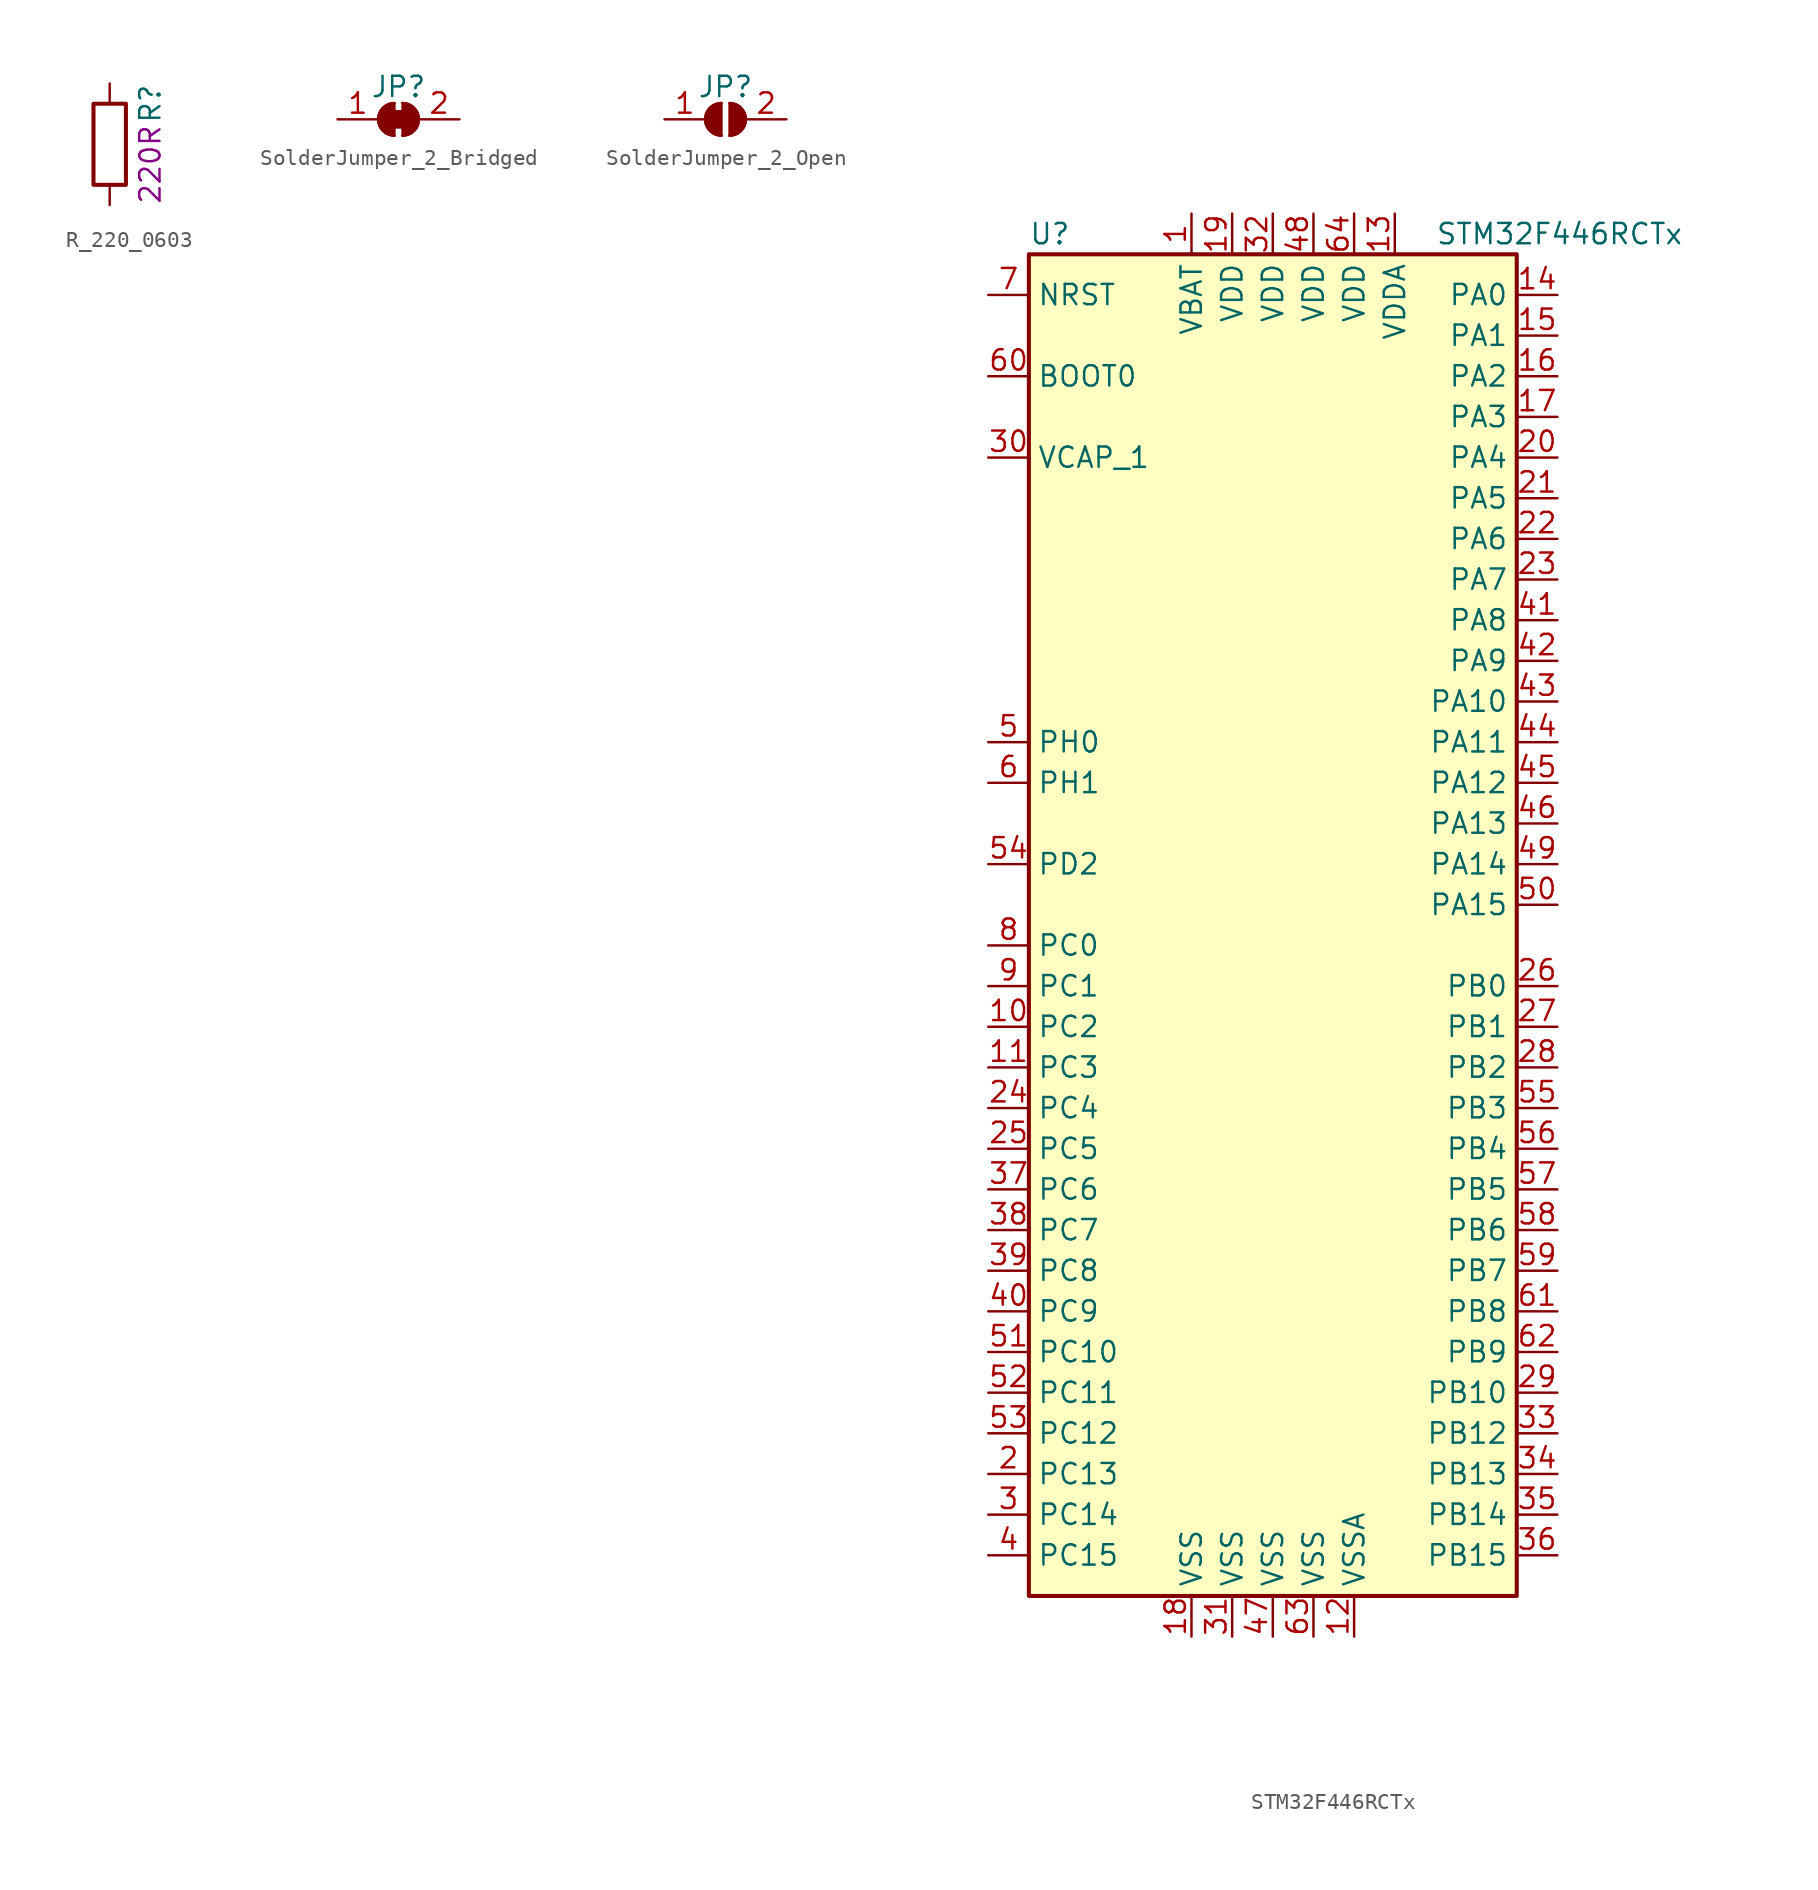
<source format=kicad_sym>
(kicad_symbol_lib
  (version 20241209)
  (generator "kicad_symbol_editor")
  (generator_version "9.0")
  (symbol "R_220_0603"
    (pin_numbers
      (hide yes))
    (pin_names
      (offset 0))
    (property "Reference" "R"
      (at 2.54 2.54 90)
      (effects (font (size 1.27 1.27))))
    (property "Display" "220R"
      (at 2.54 -1.27 90)
      (effects (font (size 1.27 1.27))))
    (symbol "R_220_0603_0_1"
      (rectangle (start -1.016 -2.54) (end 1.016 2.54) (stroke (width 0.254) (type default)) (fill (type none))))
    (symbol "R_220_0603_1_1"
      (pin passive line (at 0 3.81 270) (length 1.27) (name "~" (effects (font (size 1.27 1.27)))) (number "1" (effects (font (size 1.27 1.27)))))
      (pin passive line (at 0 -3.81 90) (length 1.27) (name "~" (effects (font (size 1.27 1.27)))) (number "2" (effects (font (size 1.27 1.27)))))))
  (symbol "SolderJumper_2_Bridged"
    (pin_names
      (offset 0)
      (hide yes))
    (property "Reference" "JP"
      (at 0 2.032 0)
      (effects (font (size 1.27 1.27))))
    (symbol "SolderJumper_2_Bridged_0_1"
      (rectangle (start -0.508 0.508) (end 0.508 -0.508) (stroke (width 0) (type default)) (fill (type outline)))
      (polyline (pts (xy -0.254 1.016) (xy -0.254 -1.016)) (stroke (width 0) (type default)) (fill (type none)))
      (arc (start -0.254 -1.016) (mid -1.2656 0) (end -0.254 1.016) (stroke (width 0) (type default)) (fill (type none)))
      (arc (start -0.254 -1.016) (mid -1.2656 0) (end -0.254 1.016) (stroke (width 0) (type default)) (fill (type outline)))
      (arc (start 0.254 1.016) (mid 1.2656 0) (end 0.254 -1.016) (stroke (width 0) (type default)) (fill (type none)))
      (arc (start 0.254 1.016) (mid 1.2656 0) (end 0.254 -1.016) (stroke (width 0) (type default)) (fill (type outline)))
      (polyline (pts (xy 0.254 1.016) (xy 0.254 -1.016)) (stroke (width 0) (type default)) (fill (type none))))
    (symbol "SolderJumper_2_Bridged_1_1"
      (pin passive line (at -3.81 0 0) (length 2.54) (name "A" (effects (font (size 1.27 1.27)))) (number "1" (effects (font (size 1.27 1.27)))))
      (pin passive line (at 3.81 0 180) (length 2.54) (name "B" (effects (font (size 1.27 1.27)))) (number "2" (effects (font (size 1.27 1.27)))))))
  (symbol "SolderJumper_2_Open"
    (pin_names
      (offset 0)
      (hide yes))
    (property "Reference" "JP"
      (at 0 2.032 0)
      (effects (font (size 1.27 1.27))))
    (symbol "SolderJumper_2_Open_0_1"
      (polyline (pts (xy -0.254 1.016) (xy -0.254 -1.016)) (stroke (width 0) (type default)) (fill (type none)))
      (arc (start -0.254 -1.016) (mid -1.2656 0) (end -0.254 1.016) (stroke (width 0) (type default)) (fill (type none)))
      (arc (start -0.254 -1.016) (mid -1.2656 0) (end -0.254 1.016) (stroke (width 0) (type default)) (fill (type outline)))
      (arc (start 0.254 1.016) (mid 1.2656 0) (end 0.254 -1.016) (stroke (width 0) (type default)) (fill (type none)))
      (arc (start 0.254 1.016) (mid 1.2656 0) (end 0.254 -1.016) (stroke (width 0) (type default)) (fill (type outline)))
      (polyline (pts (xy 0.254 1.016) (xy 0.254 -1.016)) (stroke (width 0) (type default)) (fill (type none))))
    (symbol "SolderJumper_2_Open_1_1"
      (pin passive line (at -3.81 0 0) (length 2.54) (name "A" (effects (font (size 1.27 1.27)))) (number "1" (effects (font (size 1.27 1.27)))))
      (pin passive line (at 3.81 0 180) (length 2.54) (name "B" (effects (font (size 1.27 1.27)))) (number "2" (effects (font (size 1.27 1.27)))))))
  (symbol "STM32F446RCTx"
    (property "Reference" "U"
      (at -15.24 41.91 0)
      (effects (font (size 1.27 1.27)) (justify left)))
    (property "Value" "STM32F446RCTx"
      (at 10.16 41.91 0)
      (effects (font (size 1.27 1.27)) (justify left)))
    (symbol "STM32F446RCTx_0_1"
      (rectangle (start -15.24 -43.18) (end 15.24 40.64) (stroke (width 0.254) (type default)) (fill (type background))))
    (symbol "STM32F446RCTx_1_1"
      (pin input line (at -17.78 38.1 0) (length 2.54) (name "NRST" (effects (font (size 1.27 1.27)))) (number "7" (effects (font (size 1.27 1.27)))))
      (pin input line (at -17.78 33.02 0) (length 2.54) (name "BOOT0" (effects (font (size 1.27 1.27)))) (number "60" (effects (font (size 1.27 1.27)))))
      (pin power_in line (at -17.78 27.94 0) (length 2.54) (name "VCAP_1" (effects (font (size 1.27 1.27)))) (number "30" (effects (font (size 1.27 1.27)))))
      (pin input line (at -17.78 10.16 0) (length 2.54) (name "PH0" (effects (font (size 1.27 1.27)))) (number "5" (effects (font (size 1.27 1.27)))))
      (pin input line (at -17.78 7.62 0) (length 2.54) (name "PH1" (effects (font (size 1.27 1.27)))) (number "6" (effects (font (size 1.27 1.27)))))
      (pin bidirectional line (at -17.78 2.54 0) (length 2.54) (name "PD2" (effects (font (size 1.27 1.27)))) (number "54" (effects (font (size 1.27 1.27)))))
      (pin bidirectional line (at -17.78 -2.54 0) (length 2.54) (name "PC0" (effects (font (size 1.27 1.27)))) (number "8" (effects (font (size 1.27 1.27)))))
      (pin bidirectional line (at -17.78 -5.08 0) (length 2.54) (name "PC1" (effects (font (size 1.27 1.27)))) (number "9" (effects (font (size 1.27 1.27)))))
      (pin bidirectional line (at -17.78 -7.62 0) (length 2.54) (name "PC2" (effects (font (size 1.27 1.27)))) (number "10" (effects (font (size 1.27 1.27)))))
      (pin bidirectional line (at -17.78 -10.16 0) (length 2.54) (name "PC3" (effects (font (size 1.27 1.27)))) (number "11" (effects (font (size 1.27 1.27)))))
      (pin bidirectional line (at -17.78 -12.7 0) (length 2.54) (name "PC4" (effects (font (size 1.27 1.27)))) (number "24" (effects (font (size 1.27 1.27)))))
      (pin bidirectional line (at -17.78 -15.24 0) (length 2.54) (name "PC5" (effects (font (size 1.27 1.27)))) (number "25" (effects (font (size 1.27 1.27)))))
      (pin bidirectional line (at -17.78 -17.78 0) (length 2.54) (name "PC6" (effects (font (size 1.27 1.27)))) (number "37" (effects (font (size 1.27 1.27)))))
      (pin bidirectional line (at -17.78 -20.32 0) (length 2.54) (name "PC7" (effects (font (size 1.27 1.27)))) (number "38" (effects (font (size 1.27 1.27)))))
      (pin bidirectional line (at -17.78 -22.86 0) (length 2.54) (name "PC8" (effects (font (size 1.27 1.27)))) (number "39" (effects (font (size 1.27 1.27)))))
      (pin bidirectional line (at -17.78 -25.4 0) (length 2.54) (name "PC9" (effects (font (size 1.27 1.27)))) (number "40" (effects (font (size 1.27 1.27)))))
      (pin bidirectional line (at -17.78 -27.94 0) (length 2.54) (name "PC10" (effects (font (size 1.27 1.27)))) (number "51" (effects (font (size 1.27 1.27)))))
      (pin bidirectional line (at -17.78 -30.48 0) (length 2.54) (name "PC11" (effects (font (size 1.27 1.27)))) (number "52" (effects (font (size 1.27 1.27)))))
      (pin bidirectional line (at -17.78 -33.02 0) (length 2.54) (name "PC12" (effects (font (size 1.27 1.27)))) (number "53" (effects (font (size 1.27 1.27)))))
      (pin bidirectional line (at -17.78 -35.56 0) (length 2.54) (name "PC13" (effects (font (size 1.27 1.27)))) (number "2" (effects (font (size 1.27 1.27)))))
      (pin bidirectional line (at -17.78 -38.1 0) (length 2.54) (name "PC14" (effects (font (size 1.27 1.27)))) (number "3" (effects (font (size 1.27 1.27)))))
      (pin bidirectional line (at -17.78 -40.64 0) (length 2.54) (name "PC15" (effects (font (size 1.27 1.27)))) (number "4" (effects (font (size 1.27 1.27)))))
      (pin power_in line (at -5.08 43.18 270) (length 2.54) (name "VBAT" (effects (font (size 1.27 1.27)))) (number "1" (effects (font (size 1.27 1.27)))))
      (pin power_in line (at -5.08 -45.72 90) (length 2.54) (name "VSS" (effects (font (size 1.27 1.27)))) (number "18" (effects (font (size 1.27 1.27)))))
      (pin power_in line (at -2.54 43.18 270) (length 2.54) (name "VDD" (effects (font (size 1.27 1.27)))) (number "19" (effects (font (size 1.27 1.27)))))
      (pin power_in line (at -2.54 -45.72 90) (length 2.54) (name "VSS" (effects (font (size 1.27 1.27)))) (number "31" (effects (font (size 1.27 1.27)))))
      (pin power_in line (at 0 43.18 270) (length 2.54) (name "VDD" (effects (font (size 1.27 1.27)))) (number "32" (effects (font (size 1.27 1.27)))))
      (pin power_in line (at 0 -45.72 90) (length 2.54) (name "VSS" (effects (font (size 1.27 1.27)))) (number "47" (effects (font (size 1.27 1.27)))))
      (pin power_in line (at 2.54 43.18 270) (length 2.54) (name "VDD" (effects (font (size 1.27 1.27)))) (number "48" (effects (font (size 1.27 1.27)))))
      (pin power_in line (at 2.54 -45.72 90) (length 2.54) (name "VSS" (effects (font (size 1.27 1.27)))) (number "63" (effects (font (size 1.27 1.27)))))
      (pin power_in line (at 5.08 43.18 270) (length 2.54) (name "VDD" (effects (font (size 1.27 1.27)))) (number "64" (effects (font (size 1.27 1.27)))))
      (pin power_in line (at 5.08 -45.72 90) (length 2.54) (name "VSSA" (effects (font (size 1.27 1.27)))) (number "12" (effects (font (size 1.27 1.27)))))
      (pin power_in line (at 7.62 43.18 270) (length 2.54) (name "VDDA" (effects (font (size 1.27 1.27)))) (number "13" (effects (font (size 1.27 1.27)))))
      (pin bidirectional line (at 17.78 38.1 180) (length 2.54) (name "PA0" (effects (font (size 1.27 1.27)))) (number "14" (effects (font (size 1.27 1.27)))))
      (pin bidirectional line (at 17.78 35.56 180) (length 2.54) (name "PA1" (effects (font (size 1.27 1.27)))) (number "15" (effects (font (size 1.27 1.27)))))
      (pin bidirectional line (at 17.78 33.02 180) (length 2.54) (name "PA2" (effects (font (size 1.27 1.27)))) (number "16" (effects (font (size 1.27 1.27)))))
      (pin bidirectional line (at 17.78 30.48 180) (length 2.54) (name "PA3" (effects (font (size 1.27 1.27)))) (number "17" (effects (font (size 1.27 1.27)))))
      (pin bidirectional line (at 17.78 27.94 180) (length 2.54) (name "PA4" (effects (font (size 1.27 1.27)))) (number "20" (effects (font (size 1.27 1.27)))))
      (pin bidirectional line (at 17.78 25.4 180) (length 2.54) (name "PA5" (effects (font (size 1.27 1.27)))) (number "21" (effects (font (size 1.27 1.27)))))
      (pin bidirectional line (at 17.78 22.86 180) (length 2.54) (name "PA6" (effects (font (size 1.27 1.27)))) (number "22" (effects (font (size 1.27 1.27)))))
      (pin bidirectional line (at 17.78 20.32 180) (length 2.54) (name "PA7" (effects (font (size 1.27 1.27)))) (number "23" (effects (font (size 1.27 1.27)))))
      (pin bidirectional line (at 17.78 17.78 180) (length 2.54) (name "PA8" (effects (font (size 1.27 1.27)))) (number "41" (effects (font (size 1.27 1.27)))))
      (pin bidirectional line (at 17.78 15.24 180) (length 2.54) (name "PA9" (effects (font (size 1.27 1.27)))) (number "42" (effects (font (size 1.27 1.27)))))
      (pin bidirectional line (at 17.78 12.7 180) (length 2.54) (name "PA10" (effects (font (size 1.27 1.27)))) (number "43" (effects (font (size 1.27 1.27)))))
      (pin bidirectional line (at 17.78 10.16 180) (length 2.54) (name "PA11" (effects (font (size 1.27 1.27)))) (number "44" (effects (font (size 1.27 1.27)))))
      (pin bidirectional line (at 17.78 7.62 180) (length 2.54) (name "PA12" (effects (font (size 1.27 1.27)))) (number "45" (effects (font (size 1.27 1.27)))))
      (pin bidirectional line (at 17.78 5.08 180) (length 2.54) (name "PA13" (effects (font (size 1.27 1.27)))) (number "46" (effects (font (size 1.27 1.27)))))
      (pin bidirectional line (at 17.78 2.54 180) (length 2.54) (name "PA14" (effects (font (size 1.27 1.27)))) (number "49" (effects (font (size 1.27 1.27)))))
      (pin bidirectional line (at 17.78 0 180) (length 2.54) (name "PA15" (effects (font (size 1.27 1.27)))) (number "50" (effects (font (size 1.27 1.27)))))
      (pin bidirectional line (at 17.78 -5.08 180) (length 2.54) (name "PB0" (effects (font (size 1.27 1.27)))) (number "26" (effects (font (size 1.27 1.27)))))
      (pin bidirectional line (at 17.78 -7.62 180) (length 2.54) (name "PB1" (effects (font (size 1.27 1.27)))) (number "27" (effects (font (size 1.27 1.27)))))
      (pin bidirectional line (at 17.78 -10.16 180) (length 2.54) (name "PB2" (effects (font (size 1.27 1.27)))) (number "28" (effects (font (size 1.27 1.27)))))
      (pin bidirectional line (at 17.78 -12.7 180) (length 2.54) (name "PB3" (effects (font (size 1.27 1.27)))) (number "55" (effects (font (size 1.27 1.27)))))
      (pin bidirectional line (at 17.78 -15.24 180) (length 2.54) (name "PB4" (effects (font (size 1.27 1.27)))) (number "56" (effects (font (size 1.27 1.27)))))
      (pin bidirectional line (at 17.78 -17.78 180) (length 2.54) (name "PB5" (effects (font (size 1.27 1.27)))) (number "57" (effects (font (size 1.27 1.27)))))
      (pin bidirectional line (at 17.78 -20.32 180) (length 2.54) (name "PB6" (effects (font (size 1.27 1.27)))) (number "58" (effects (font (size 1.27 1.27)))))
      (pin bidirectional line (at 17.78 -22.86 180) (length 2.54) (name "PB7" (effects (font (size 1.27 1.27)))) (number "59" (effects (font (size 1.27 1.27)))))
      (pin bidirectional line (at 17.78 -25.4 180) (length 2.54) (name "PB8" (effects (font (size 1.27 1.27)))) (number "61" (effects (font (size 1.27 1.27)))))
      (pin bidirectional line (at 17.78 -27.94 180) (length 2.54) (name "PB9" (effects (font (size 1.27 1.27)))) (number "62" (effects (font (size 1.27 1.27)))))
      (pin bidirectional line (at 17.78 -30.48 180) (length 2.54) (name "PB10" (effects (font (size 1.27 1.27)))) (number "29" (effects (font (size 1.27 1.27)))))
      (pin bidirectional line (at 17.78 -33.02 180) (length 2.54) (name "PB12" (effects (font (size 1.27 1.27)))) (number "33" (effects (font (size 1.27 1.27)))))
      (pin bidirectional line (at 17.78 -35.56 180) (length 2.54) (name "PB13" (effects (font (size 1.27 1.27)))) (number "34" (effects (font (size 1.27 1.27)))))
      (pin bidirectional line (at 17.78 -38.1 180) (length 2.54) (name "PB14" (effects (font (size 1.27 1.27)))) (number "35" (effects (font (size 1.27 1.27)))))
      (pin bidirectional line (at 17.78 -40.64 180) (length 2.54) (name "PB15" (effects (font (size 1.27 1.27)))) (number "36" (effects (font (size 1.27 1.27))))))))
</source>
